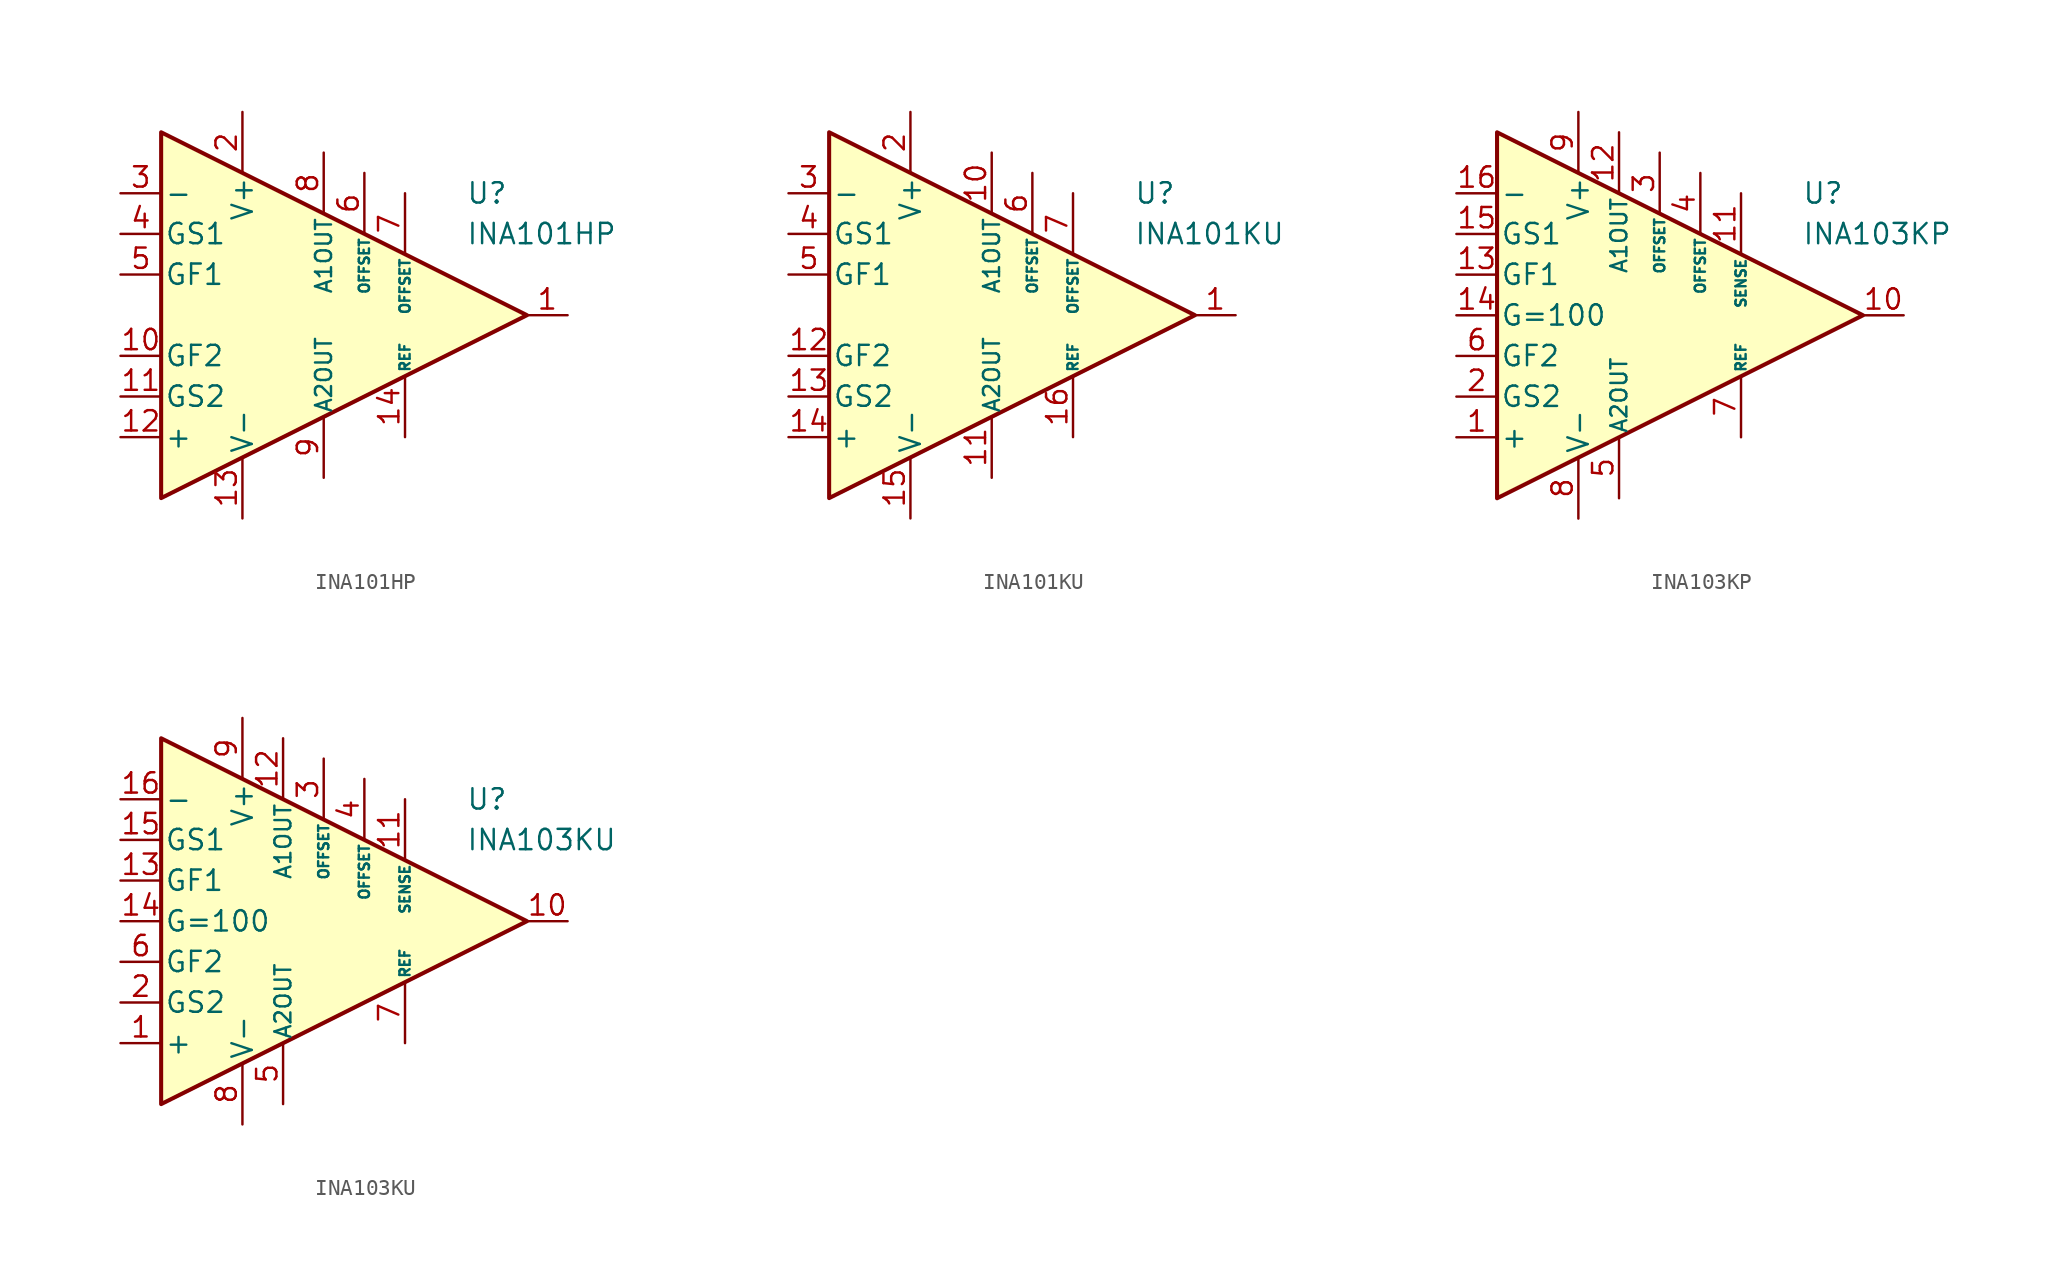
<source format=kicad_sym>
(kicad_symbol_lib
  (version 20211014)
  (generator kicad_symbol_editor)
  (symbol "INA101HP"
    (pin_names
      (offset 0.2))
    (property "Reference" "U"
      (at 10.16 7.62 0)
      (effects (font (size 1.27 1.27)) (justify left)))
    (property "Value" "INA101HP"
      (at 10.16 5.08 0)
      (effects (font (size 1.27 1.27)) (justify left)))
    (symbol "INA101HP_0_1"
      (polyline (pts (xy -8.89 11.43) (xy -8.89 -11.43) (xy 13.97 0) (xy -8.89 11.43)) (stroke (width 0.254) (type default) (color 0 0 0 0)) (fill (type background))))
    (symbol "INA101HP_1_1"
      (pin output line (at 16.51 0 180) (length 2.54) (name "~" (effects (font (size 1.27 1.27)))) (number "1" (effects (font (size 1.27 1.27)))))
      (pin passive line (at -11.43 -2.54 0) (length 2.54) (name "GF2" (effects (font (size 1.27 1.27)))) (number "10" (effects (font (size 1.27 1.27)))))
      (pin passive line (at -11.43 -5.08 0) (length 2.54) (name "GS2" (effects (font (size 1.27 1.27)))) (number "11" (effects (font (size 1.27 1.27)))))
      (pin input line (at -11.43 -7.62 0) (length 2.54) (name "+" (effects (font (size 1.27 1.27)))) (number "12" (effects (font (size 1.27 1.27)))))
      (pin power_in line (at -3.81 -12.7 90) (length 3.81) (name "V-" (effects (font (size 1.27 1.27)))) (number "13" (effects (font (size 1.27 1.27)))))
      (pin input line (at 6.35 -7.62 90) (length 3.81) (name "REF" (effects (font (size 0.635 0.635)))) (number "14" (effects (font (size 1.27 1.27)))))
      (pin power_in line (at -3.81 12.7 270) (length 3.81) (name "V+" (effects (font (size 1.27 1.27)))) (number "2" (effects (font (size 1.27 1.27)))))
      (pin input line (at -11.43 7.62 0) (length 2.54) (name "-" (effects (font (size 1.27 1.27)))) (number "3" (effects (font (size 1.27 1.27)))))
      (pin passive line (at -11.43 5.08 0) (length 2.54) (name "GS1" (effects (font (size 1.27 1.27)))) (number "4" (effects (font (size 1.27 1.27)))))
      (pin passive line (at -11.43 2.54 0) (length 2.54) (name "GF1" (effects (font (size 1.27 1.27)))) (number "5" (effects (font (size 1.27 1.27)))))
      (pin passive line (at 3.81 8.89 270) (length 3.81) (name "OFFSET" (effects (font (size 0.635 0.635)))) (number "6" (effects (font (size 1.27 1.27)))))
      (pin passive line (at 6.35 7.62 270) (length 3.81) (name "OFFSET" (effects (font (size 0.635 0.635)))) (number "7" (effects (font (size 1.27 1.27)))))
      (pin passive line (at 1.27 10.16 270) (length 3.81) (name "A1OUT" (effects (font (size 1 1)))) (number "8" (effects (font (size 1.27 1.27)))))
      (pin passive line (at 1.27 -10.16 90) (length 3.81) (name "A2OUT" (effects (font (size 1 1)))) (number "9" (effects (font (size 1.27 1.27)))))))
  (symbol "INA101KU"
    (pin_names
      (offset 0.2))
    (property "Reference" "U"
      (at 10.16 7.62 0)
      (effects (font (size 1.27 1.27)) (justify left)))
    (property "Value" "INA101KU"
      (at 10.16 5.08 0)
      (effects (font (size 1.27 1.27)) (justify left)))
    (symbol "INA101KU_0_1"
      (polyline (pts (xy -8.89 11.43) (xy -8.89 -11.43) (xy 13.97 0) (xy -8.89 11.43)) (stroke (width 0.254) (type default) (color 0 0 0 0)) (fill (type background))))
    (symbol "INA101KU_1_1"
      (pin output line (at 16.51 0 180) (length 2.54) (name "~" (effects (font (size 1.27 1.27)))) (number "1" (effects (font (size 1.27 1.27)))))
      (pin passive line (at 1.27 10.16 270) (length 3.81) (name "A1OUT" (effects (font (size 1 1)))) (number "10" (effects (font (size 1.27 1.27)))))
      (pin passive line (at 1.27 -10.16 90) (length 3.81) (name "A2OUT" (effects (font (size 1 1)))) (number "11" (effects (font (size 1.27 1.27)))))
      (pin passive line (at -11.43 -2.54 0) (length 2.54) (name "GF2" (effects (font (size 1.27 1.27)))) (number "12" (effects (font (size 1.27 1.27)))))
      (pin passive line (at -11.43 -5.08 0) (length 2.54) (name "GS2" (effects (font (size 1.27 1.27)))) (number "13" (effects (font (size 1.27 1.27)))))
      (pin input line (at -11.43 -7.62 0) (length 2.54) (name "+" (effects (font (size 1.27 1.27)))) (number "14" (effects (font (size 1.27 1.27)))))
      (pin power_in line (at -3.81 -12.7 90) (length 3.81) (name "V-" (effects (font (size 1.27 1.27)))) (number "15" (effects (font (size 1.27 1.27)))))
      (pin input line (at 6.35 -7.62 90) (length 3.81) (name "REF" (effects (font (size 0.635 0.635)))) (number "16" (effects (font (size 1.27 1.27)))))
      (pin power_in line (at -3.81 12.7 270) (length 3.81) (name "V+" (effects (font (size 1.27 1.27)))) (number "2" (effects (font (size 1.27 1.27)))))
      (pin input line (at -11.43 7.62 0) (length 2.54) (name "-" (effects (font (size 1.27 1.27)))) (number "3" (effects (font (size 1.27 1.27)))))
      (pin passive line (at -11.43 5.08 0) (length 2.54) (name "GS1" (effects (font (size 1.27 1.27)))) (number "4" (effects (font (size 1.27 1.27)))))
      (pin passive line (at -11.43 2.54 0) (length 2.54) (name "GF1" (effects (font (size 1.27 1.27)))) (number "5" (effects (font (size 1.27 1.27)))))
      (pin passive line (at 3.81 8.89 270) (length 3.81) (name "OFFSET" (effects (font (size 0.635 0.635)))) (number "6" (effects (font (size 1.27 1.27)))))
      (pin passive line (at 6.35 7.62 270) (length 3.81) (name "OFFSET" (effects (font (size 0.635 0.635)))) (number "7" (effects (font (size 1.27 1.27)))))))
  (symbol "INA103KP"
    (pin_names
      (offset 0.2))
    (property "Reference" "U"
      (at 10.16 7.62 0)
      (effects (font (size 1.27 1.27)) (justify left)))
    (property "Value" "INA103KP"
      (at 10.16 5.08 0)
      (effects (font (size 1.27 1.27)) (justify left)))
    (symbol "INA103KP_0_1"
      (polyline (pts (xy -8.89 11.43) (xy -8.89 -11.43) (xy 13.97 0) (xy -8.89 11.43)) (stroke (width 0.254) (type default) (color 0 0 0 0)) (fill (type background))))
    (symbol "INA103KP_1_1"
      (pin input line (at -11.43 -7.62 0) (length 2.54) (name "+" (effects (font (size 1.27 1.27)))) (number "1" (effects (font (size 1.27 1.27)))))
      (pin output line (at 16.51 0 180) (length 2.54) (name "~" (effects (font (size 1.27 1.27)))) (number "10" (effects (font (size 1.27 1.27)))))
      (pin input line (at 6.35 7.62 270) (length 3.81) (name "SENSE" (effects (font (size 0.635 0.635)))) (number "11" (effects (font (size 1.27 1.27)))))
      (pin passive line (at -1.27 11.43 270) (length 3.81) (name "A1OUT" (effects (font (size 1 1)))) (number "12" (effects (font (size 1.27 1.27)))))
      (pin passive line (at -11.43 2.54 0) (length 2.54) (name "GF1" (effects (font (size 1.27 1.27)))) (number "13" (effects (font (size 1.27 1.27)))))
      (pin passive line (at -11.43 0 0) (length 2.54) (name "G=100" (effects (font (size 1.27 1.27)))) (number "14" (effects (font (size 1.27 1.27)))))
      (pin passive line (at -11.43 5.08 0) (length 2.54) (name "GS1" (effects (font (size 1.27 1.27)))) (number "15" (effects (font (size 1.27 1.27)))))
      (pin input line (at -11.43 7.62 0) (length 2.54) (name "-" (effects (font (size 1.27 1.27)))) (number "16" (effects (font (size 1.27 1.27)))))
      (pin passive line (at -11.43 -5.08 0) (length 2.54) (name "GS2" (effects (font (size 1.27 1.27)))) (number "2" (effects (font (size 1.27 1.27)))))
      (pin passive line (at 1.27 10.16 270) (length 3.81) (name "OFFSET" (effects (font (size 0.635 0.635)))) (number "3" (effects (font (size 1.27 1.27)))))
      (pin passive line (at 3.81 8.89 270) (length 3.81) (name "OFFSET" (effects (font (size 0.635 0.635)))) (number "4" (effects (font (size 1.27 1.27)))))
      (pin passive line (at -1.27 -11.43 90) (length 3.81) (name "A2OUT" (effects (font (size 1 1)))) (number "5" (effects (font (size 1.27 1.27)))))
      (pin passive line (at -11.43 -2.54 0) (length 2.54) (name "GF2" (effects (font (size 1.27 1.27)))) (number "6" (effects (font (size 1.27 1.27)))))
      (pin input line (at 6.35 -7.62 90) (length 3.81) (name "REF" (effects (font (size 0.635 0.635)))) (number "7" (effects (font (size 1.27 1.27)))))
      (pin power_in line (at -3.81 -12.7 90) (length 3.81) (name "V-" (effects (font (size 1.27 1.27)))) (number "8" (effects (font (size 1.27 1.27)))))
      (pin power_in line (at -3.81 12.7 270) (length 3.81) (name "V+" (effects (font (size 1.27 1.27)))) (number "9" (effects (font (size 1.27 1.27)))))))
  (symbol "INA103KU"
    (pin_names
      (offset 0.2))
    (property "Reference" "U"
      (at 10.16 7.62 0)
      (effects (font (size 1.27 1.27)) (justify left)))
    (property "Value" "INA103KU"
      (at 10.16 5.08 0)
      (effects (font (size 1.27 1.27)) (justify left)))
    (symbol "INA103KU_0_1"
      (polyline (pts (xy -8.89 11.43) (xy -8.89 -11.43) (xy 13.97 0) (xy -8.89 11.43)) (stroke (width 0.254) (type default) (color 0 0 0 0)) (fill (type background))))
    (symbol "INA103KU_1_1"
      (pin input line (at -11.43 -7.62 0) (length 2.54) (name "+" (effects (font (size 1.27 1.27)))) (number "1" (effects (font (size 1.27 1.27)))))
      (pin output line (at 16.51 0 180) (length 2.54) (name "~" (effects (font (size 1.27 1.27)))) (number "10" (effects (font (size 1.27 1.27)))))
      (pin input line (at 6.35 7.62 270) (length 3.81) (name "SENSE" (effects (font (size 0.635 0.635)))) (number "11" (effects (font (size 1.27 1.27)))))
      (pin passive line (at -1.27 11.43 270) (length 3.81) (name "A1OUT" (effects (font (size 1 1)))) (number "12" (effects (font (size 1.27 1.27)))))
      (pin passive line (at -11.43 2.54 0) (length 2.54) (name "GF1" (effects (font (size 1.27 1.27)))) (number "13" (effects (font (size 1.27 1.27)))))
      (pin passive line (at -11.43 0 0) (length 2.54) (name "G=100" (effects (font (size 1.27 1.27)))) (number "14" (effects (font (size 1.27 1.27)))))
      (pin passive line (at -11.43 5.08 0) (length 2.54) (name "GS1" (effects (font (size 1.27 1.27)))) (number "15" (effects (font (size 1.27 1.27)))))
      (pin input line (at -11.43 7.62 0) (length 2.54) (name "-" (effects (font (size 1.27 1.27)))) (number "16" (effects (font (size 1.27 1.27)))))
      (pin passive line (at -11.43 -5.08 0) (length 2.54) (name "GS2" (effects (font (size 1.27 1.27)))) (number "2" (effects (font (size 1.27 1.27)))))
      (pin passive line (at 1.27 10.16 270) (length 3.81) (name "OFFSET" (effects (font (size 0.635 0.635)))) (number "3" (effects (font (size 1.27 1.27)))))
      (pin passive line (at 3.81 8.89 270) (length 3.81) (name "OFFSET" (effects (font (size 0.635 0.635)))) (number "4" (effects (font (size 1.27 1.27)))))
      (pin passive line (at -1.27 -11.43 90) (length 3.81) (name "A2OUT" (effects (font (size 1 1)))) (number "5" (effects (font (size 1.27 1.27)))))
      (pin passive line (at -11.43 -2.54 0) (length 2.54) (name "GF2" (effects (font (size 1.27 1.27)))) (number "6" (effects (font (size 1.27 1.27)))))
      (pin input line (at 6.35 -7.62 90) (length 3.81) (name "REF" (effects (font (size 0.635 0.635)))) (number "7" (effects (font (size 1.27 1.27)))))
      (pin power_in line (at -3.81 -12.7 90) (length 3.81) (name "V-" (effects (font (size 1.27 1.27)))) (number "8" (effects (font (size 1.27 1.27)))))
      (pin power_in line (at -3.81 12.7 270) (length 3.81) (name "V+" (effects (font (size 1.27 1.27)))) (number "9" (effects (font (size 1.27 1.27))))))))
</source>
